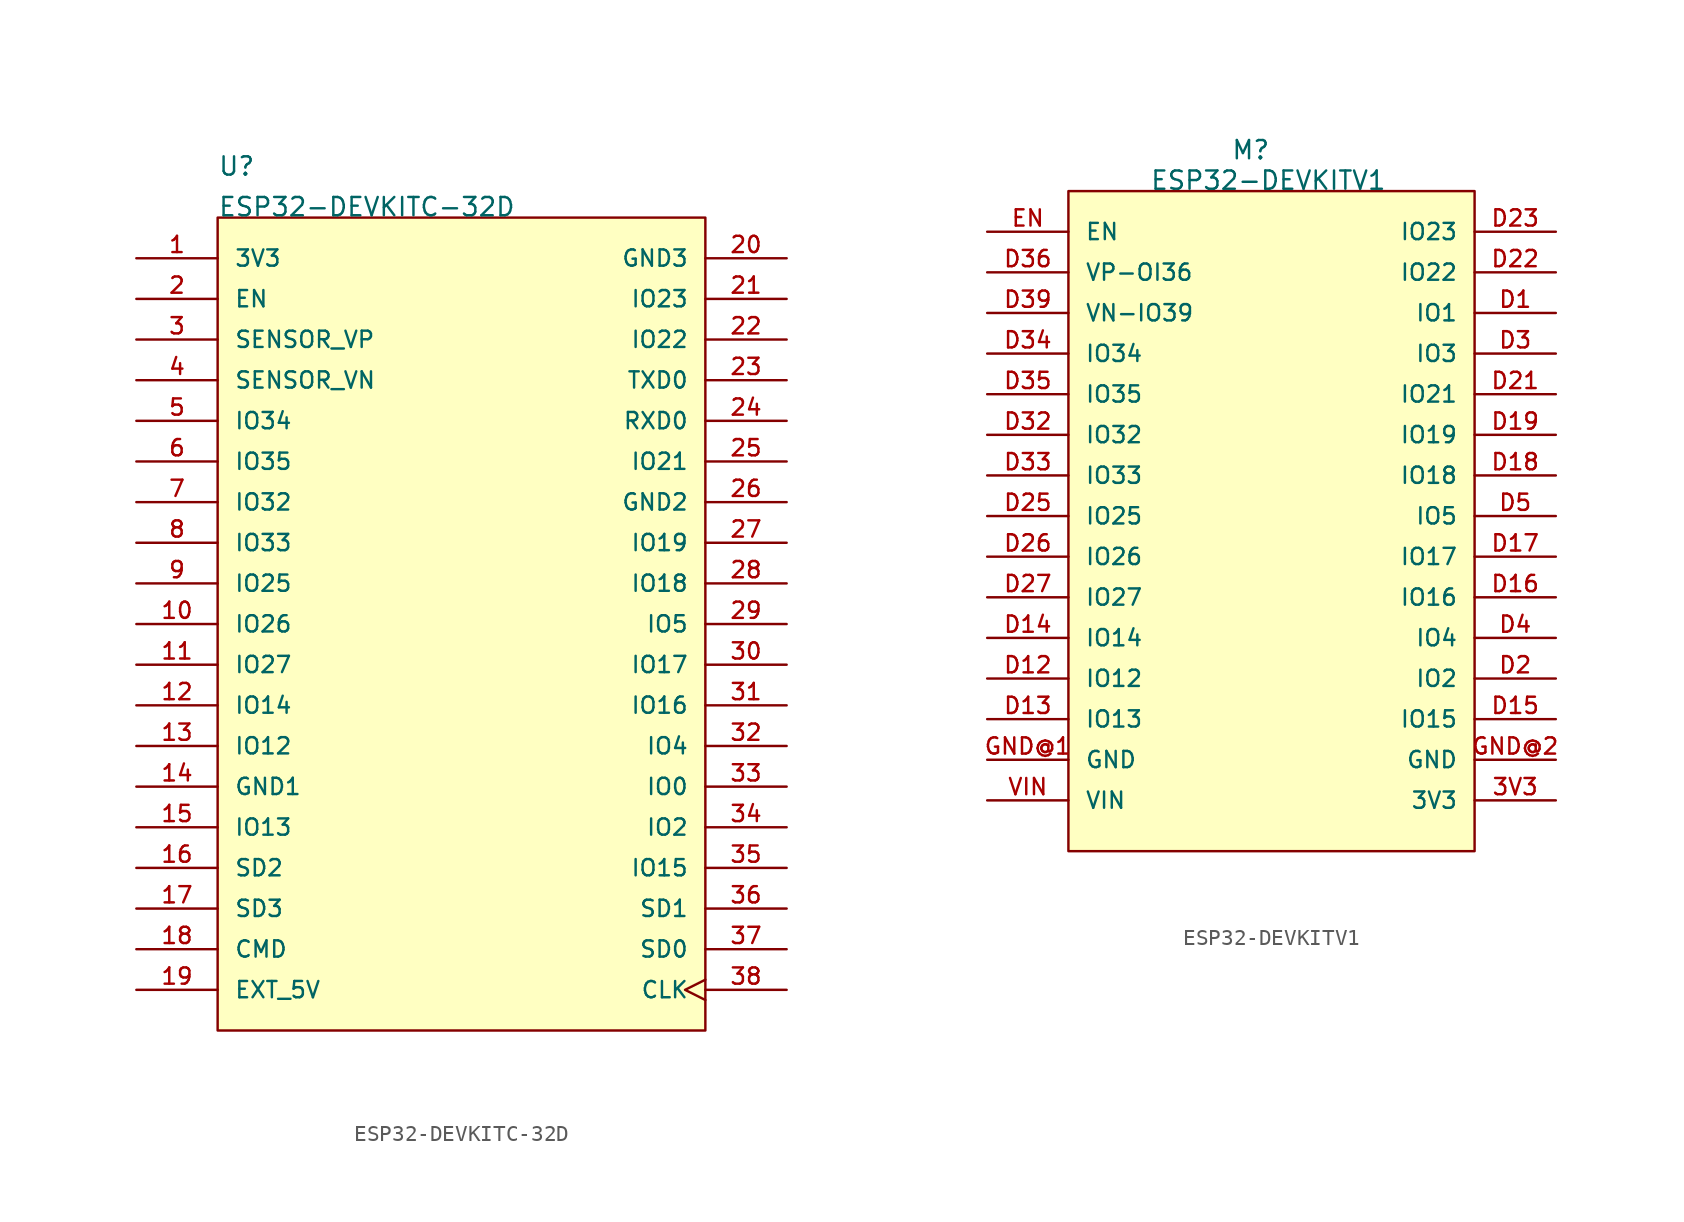
<source format=kicad_sym>
(kicad_symbol_lib
  (version 20231120)
  (generator "kicad_symbol_editor")
  (generator_version "8.0")
  (symbol "ESP32-DEVKITC-32D"
    (pin_names
      (offset 1.016))
    (property "Reference" "U"
      (at -15.24 27.94 0)
      (effects (font (size 1.143 1.143)) (justify left bottom)))
    (property "Value" "ESP32-DEVKITC-32D"
      (at -15.24 25.4 0)
      (effects (font (size 1.143 1.143)) (justify left bottom)))
    (property "ki_locked" ""
      (at 0 0 0)
      (effects (font (size 1.27 1.27))))
    (symbol "ESP32-DEVKITC-32D_1_1"
      (rectangle (start -15.24 25.4) (end 15.24 -25.4) (stroke (width 0) (type default)) (fill (type background)))
      (pin power_in line (at -20.32 22.86 0) (length 5.08) (name "3V3" (effects (font (size 1.016 1.016)))) (number "1" (effects (font (size 1.016 1.016)))))
      (pin bidirectional line (at -20.32 0 0) (length 5.08) (name "IO26" (effects (font (size 1.016 1.016)))) (number "10" (effects (font (size 1.016 1.016)))))
      (pin bidirectional line (at -20.32 -2.54 0) (length 5.08) (name "IO27" (effects (font (size 1.016 1.016)))) (number "11" (effects (font (size 1.016 1.016)))))
      (pin bidirectional line (at -20.32 -5.08 0) (length 5.08) (name "IO14" (effects (font (size 1.016 1.016)))) (number "12" (effects (font (size 1.016 1.016)))))
      (pin bidirectional line (at -20.32 -7.62 0) (length 5.08) (name "IO12" (effects (font (size 1.016 1.016)))) (number "13" (effects (font (size 1.016 1.016)))))
      (pin power_in line (at -20.32 -10.16 0) (length 5.08) (name "GND1" (effects (font (size 1.016 1.016)))) (number "14" (effects (font (size 1.016 1.016)))))
      (pin bidirectional line (at -20.32 -12.7 0) (length 5.08) (name "IO13" (effects (font (size 1.016 1.016)))) (number "15" (effects (font (size 1.016 1.016)))))
      (pin bidirectional line (at -20.32 -15.24 0) (length 5.08) (name "SD2" (effects (font (size 1.016 1.016)))) (number "16" (effects (font (size 1.016 1.016)))))
      (pin bidirectional line (at -20.32 -17.78 0) (length 5.08) (name "SD3" (effects (font (size 1.016 1.016)))) (number "17" (effects (font (size 1.016 1.016)))))
      (pin bidirectional line (at -20.32 -20.32 0) (length 5.08) (name "CMD" (effects (font (size 1.016 1.016)))) (number "18" (effects (font (size 1.016 1.016)))))
      (pin power_in line (at -20.32 -22.86 0) (length 5.08) (name "EXT_5V" (effects (font (size 1.016 1.016)))) (number "19" (effects (font (size 1.016 1.016)))))
      (pin input line (at -20.32 20.32 0) (length 5.08) (name "EN" (effects (font (size 1.016 1.016)))) (number "2" (effects (font (size 1.016 1.016)))))
      (pin power_in line (at 20.32 22.86 180) (length 5.08) (name "GND3" (effects (font (size 1.016 1.016)))) (number "20" (effects (font (size 1.016 1.016)))))
      (pin bidirectional line (at 20.32 20.32 180) (length 5.08) (name "IO23" (effects (font (size 1.016 1.016)))) (number "21" (effects (font (size 1.016 1.016)))))
      (pin bidirectional line (at 20.32 17.78 180) (length 5.08) (name "IO22" (effects (font (size 1.016 1.016)))) (number "22" (effects (font (size 1.016 1.016)))))
      (pin output line (at 20.32 15.24 180) (length 5.08) (name "TXD0" (effects (font (size 1.016 1.016)))) (number "23" (effects (font (size 1.016 1.016)))))
      (pin input line (at 20.32 12.7 180) (length 5.08) (name "RXD0" (effects (font (size 1.016 1.016)))) (number "24" (effects (font (size 1.016 1.016)))))
      (pin bidirectional line (at 20.32 10.16 180) (length 5.08) (name "IO21" (effects (font (size 1.016 1.016)))) (number "25" (effects (font (size 1.016 1.016)))))
      (pin power_in line (at 20.32 7.62 180) (length 5.08) (name "GND2" (effects (font (size 1.016 1.016)))) (number "26" (effects (font (size 1.016 1.016)))))
      (pin bidirectional line (at 20.32 5.08 180) (length 5.08) (name "IO19" (effects (font (size 1.016 1.016)))) (number "27" (effects (font (size 1.016 1.016)))))
      (pin bidirectional line (at 20.32 2.54 180) (length 5.08) (name "IO18" (effects (font (size 1.016 1.016)))) (number "28" (effects (font (size 1.016 1.016)))))
      (pin bidirectional line (at 20.32 0 180) (length 5.08) (name "IO5" (effects (font (size 1.016 1.016)))) (number "29" (effects (font (size 1.016 1.016)))))
      (pin input line (at -20.32 17.78 0) (length 5.08) (name "SENSOR_VP" (effects (font (size 1.016 1.016)))) (number "3" (effects (font (size 1.016 1.016)))))
      (pin bidirectional line (at 20.32 -2.54 180) (length 5.08) (name "IO17" (effects (font (size 1.016 1.016)))) (number "30" (effects (font (size 1.016 1.016)))))
      (pin bidirectional line (at 20.32 -5.08 180) (length 5.08) (name "IO16" (effects (font (size 1.016 1.016)))) (number "31" (effects (font (size 1.016 1.016)))))
      (pin bidirectional line (at 20.32 -7.62 180) (length 5.08) (name "IO4" (effects (font (size 1.016 1.016)))) (number "32" (effects (font (size 1.016 1.016)))))
      (pin bidirectional line (at 20.32 -10.16 180) (length 5.08) (name "IO0" (effects (font (size 1.016 1.016)))) (number "33" (effects (font (size 1.016 1.016)))))
      (pin bidirectional line (at 20.32 -12.7 180) (length 5.08) (name "IO2" (effects (font (size 1.016 1.016)))) (number "34" (effects (font (size 1.016 1.016)))))
      (pin bidirectional line (at 20.32 -15.24 180) (length 5.08) (name "IO15" (effects (font (size 1.016 1.016)))) (number "35" (effects (font (size 1.016 1.016)))))
      (pin bidirectional line (at 20.32 -17.78 180) (length 5.08) (name "SD1" (effects (font (size 1.016 1.016)))) (number "36" (effects (font (size 1.016 1.016)))))
      (pin bidirectional line (at 20.32 -20.32 180) (length 5.08) (name "SD0" (effects (font (size 1.016 1.016)))) (number "37" (effects (font (size 1.016 1.016)))))
      (pin input clock (at 20.32 -22.86 180) (length 5.08) (name "CLK" (effects (font (size 1.016 1.016)))) (number "38" (effects (font (size 1.016 1.016)))))
      (pin input line (at -20.32 15.24 0) (length 5.08) (name "SENSOR_VN" (effects (font (size 1.016 1.016)))) (number "4" (effects (font (size 1.016 1.016)))))
      (pin bidirectional line (at -20.32 12.7 0) (length 5.08) (name "IO34" (effects (font (size 1.016 1.016)))) (number "5" (effects (font (size 1.016 1.016)))))
      (pin bidirectional line (at -20.32 10.16 0) (length 5.08) (name "IO35" (effects (font (size 1.016 1.016)))) (number "6" (effects (font (size 1.016 1.016)))))
      (pin bidirectional line (at -20.32 7.62 0) (length 5.08) (name "IO32" (effects (font (size 1.016 1.016)))) (number "7" (effects (font (size 1.016 1.016)))))
      (pin bidirectional line (at -20.32 5.08 0) (length 5.08) (name "IO33" (effects (font (size 1.016 1.016)))) (number "8" (effects (font (size 1.016 1.016)))))
      (pin bidirectional line (at -20.32 2.54 0) (length 5.08) (name "IO25" (effects (font (size 1.016 1.016)))) (number "9" (effects (font (size 1.016 1.016)))))))
  (symbol "ESP32-DEVKITV1"
    (pin_names
      (offset 1.016))
    (property "Reference" "M"
      (at -7.62 22.86 0)
      (effects (font (size 1.143 1.143)) (justify left bottom)))
    (property "Value" "ESP32-DEVKITV1"
      (at -12.7 20.955 0)
      (effects (font (size 1.143 1.143)) (justify left bottom)))
    (property "ki_locked" ""
      (at 0 0 0)
      (effects (font (size 1.27 1.27))))
    (symbol "ESP32-DEVKITV1_1_1"
      (rectangle (start -17.78 20.955) (end 7.62 -20.32) (stroke (width 0) (type default)) (fill (type background)))
      (pin bidirectional line (at 12.7 -17.145 180) (length 5.08) (name "3V3" (effects (font (size 1.016 1.016)))) (number "3V3" (effects (font (size 1.016 1.016)))))
      (pin bidirectional line (at 12.7 13.335 180) (length 5.08) (name "IO1" (effects (font (size 1.016 1.016)))) (number "D1" (effects (font (size 1.016 1.016)))))
      (pin bidirectional line (at -22.86 -9.525 0) (length 5.08) (name "IO12" (effects (font (size 1.016 1.016)))) (number "D12" (effects (font (size 1.016 1.016)))))
      (pin bidirectional line (at -22.86 -12.065 0) (length 5.08) (name "IO13" (effects (font (size 1.016 1.016)))) (number "D13" (effects (font (size 1.016 1.016)))))
      (pin bidirectional line (at -22.86 -6.985 0) (length 5.08) (name "IO14" (effects (font (size 1.016 1.016)))) (number "D14" (effects (font (size 1.016 1.016)))))
      (pin bidirectional line (at 12.7 -12.065 180) (length 5.08) (name "IO15" (effects (font (size 1.016 1.016)))) (number "D15" (effects (font (size 1.016 1.016)))))
      (pin bidirectional line (at 12.7 -4.445 180) (length 5.08) (name "IO16" (effects (font (size 1.016 1.016)))) (number "D16" (effects (font (size 1.016 1.016)))))
      (pin bidirectional line (at 12.7 -1.905 180) (length 5.08) (name "IO17" (effects (font (size 1.016 1.016)))) (number "D17" (effects (font (size 1.016 1.016)))))
      (pin bidirectional line (at 12.7 3.175 180) (length 5.08) (name "IO18" (effects (font (size 1.016 1.016)))) (number "D18" (effects (font (size 1.016 1.016)))))
      (pin bidirectional line (at 12.7 5.715 180) (length 5.08) (name "IO19" (effects (font (size 1.016 1.016)))) (number "D19" (effects (font (size 1.016 1.016)))))
      (pin bidirectional line (at 12.7 -9.525 180) (length 5.08) (name "IO2" (effects (font (size 1.016 1.016)))) (number "D2" (effects (font (size 1.016 1.016)))))
      (pin bidirectional line (at 12.7 8.255 180) (length 5.08) (name "IO21" (effects (font (size 1.016 1.016)))) (number "D21" (effects (font (size 1.016 1.016)))))
      (pin bidirectional line (at 12.7 15.875 180) (length 5.08) (name "IO22" (effects (font (size 1.016 1.016)))) (number "D22" (effects (font (size 1.016 1.016)))))
      (pin bidirectional line (at 12.7 18.415 180) (length 5.08) (name "IO23" (effects (font (size 1.016 1.016)))) (number "D23" (effects (font (size 1.016 1.016)))))
      (pin bidirectional line (at -22.86 0.635 0) (length 5.08) (name "IO25" (effects (font (size 1.016 1.016)))) (number "D25" (effects (font (size 1.016 1.016)))))
      (pin bidirectional line (at -22.86 -1.905 0) (length 5.08) (name "IO26" (effects (font (size 1.016 1.016)))) (number "D26" (effects (font (size 1.016 1.016)))))
      (pin bidirectional line (at -22.86 -4.445 0) (length 5.08) (name "IO27" (effects (font (size 1.016 1.016)))) (number "D27" (effects (font (size 1.016 1.016)))))
      (pin bidirectional line (at 12.7 10.795 180) (length 5.08) (name "IO3" (effects (font (size 1.016 1.016)))) (number "D3" (effects (font (size 1.016 1.016)))))
      (pin bidirectional line (at -22.86 5.715 0) (length 5.08) (name "IO32" (effects (font (size 1.016 1.016)))) (number "D32" (effects (font (size 1.016 1.016)))))
      (pin bidirectional line (at -22.86 3.175 0) (length 5.08) (name "IO33" (effects (font (size 1.016 1.016)))) (number "D33" (effects (font (size 1.016 1.016)))))
      (pin bidirectional line (at -22.86 10.795 0) (length 5.08) (name "IO34" (effects (font (size 1.016 1.016)))) (number "D34" (effects (font (size 1.016 1.016)))))
      (pin bidirectional line (at -22.86 8.255 0) (length 5.08) (name "IO35" (effects (font (size 1.016 1.016)))) (number "D35" (effects (font (size 1.016 1.016)))))
      (pin bidirectional line (at -22.86 15.875 0) (length 5.08) (name "VP-OI36" (effects (font (size 1.016 1.016)))) (number "D36" (effects (font (size 1.016 1.016)))))
      (pin bidirectional line (at -22.86 13.335 0) (length 5.08) (name "VN-IO39" (effects (font (size 1.016 1.016)))) (number "D39" (effects (font (size 1.016 1.016)))))
      (pin bidirectional line (at 12.7 -6.985 180) (length 5.08) (name "IO4" (effects (font (size 1.016 1.016)))) (number "D4" (effects (font (size 1.016 1.016)))))
      (pin bidirectional line (at 12.7 0.635 180) (length 5.08) (name "IO5" (effects (font (size 1.016 1.016)))) (number "D5" (effects (font (size 1.016 1.016)))))
      (pin bidirectional line (at -22.86 18.415 0) (length 5.08) (name "EN" (effects (font (size 1.016 1.016)))) (number "EN" (effects (font (size 1.016 1.016)))))
      (pin bidirectional line (at -22.86 -14.605 0) (length 5.08) (name "GND" (effects (font (size 1.016 1.016)))) (number "GND@1" (effects (font (size 1.016 1.016)))))
      (pin bidirectional line (at 12.7 -14.605 180) (length 5.08) (name "GND" (effects (font (size 1.016 1.016)))) (number "GND@2" (effects (font (size 1.016 1.016)))))
      (pin bidirectional line (at -22.86 -17.145 0) (length 5.08) (name "VIN" (effects (font (size 1.016 1.016)))) (number "VIN" (effects (font (size 1.016 1.016))))))))
</source>
